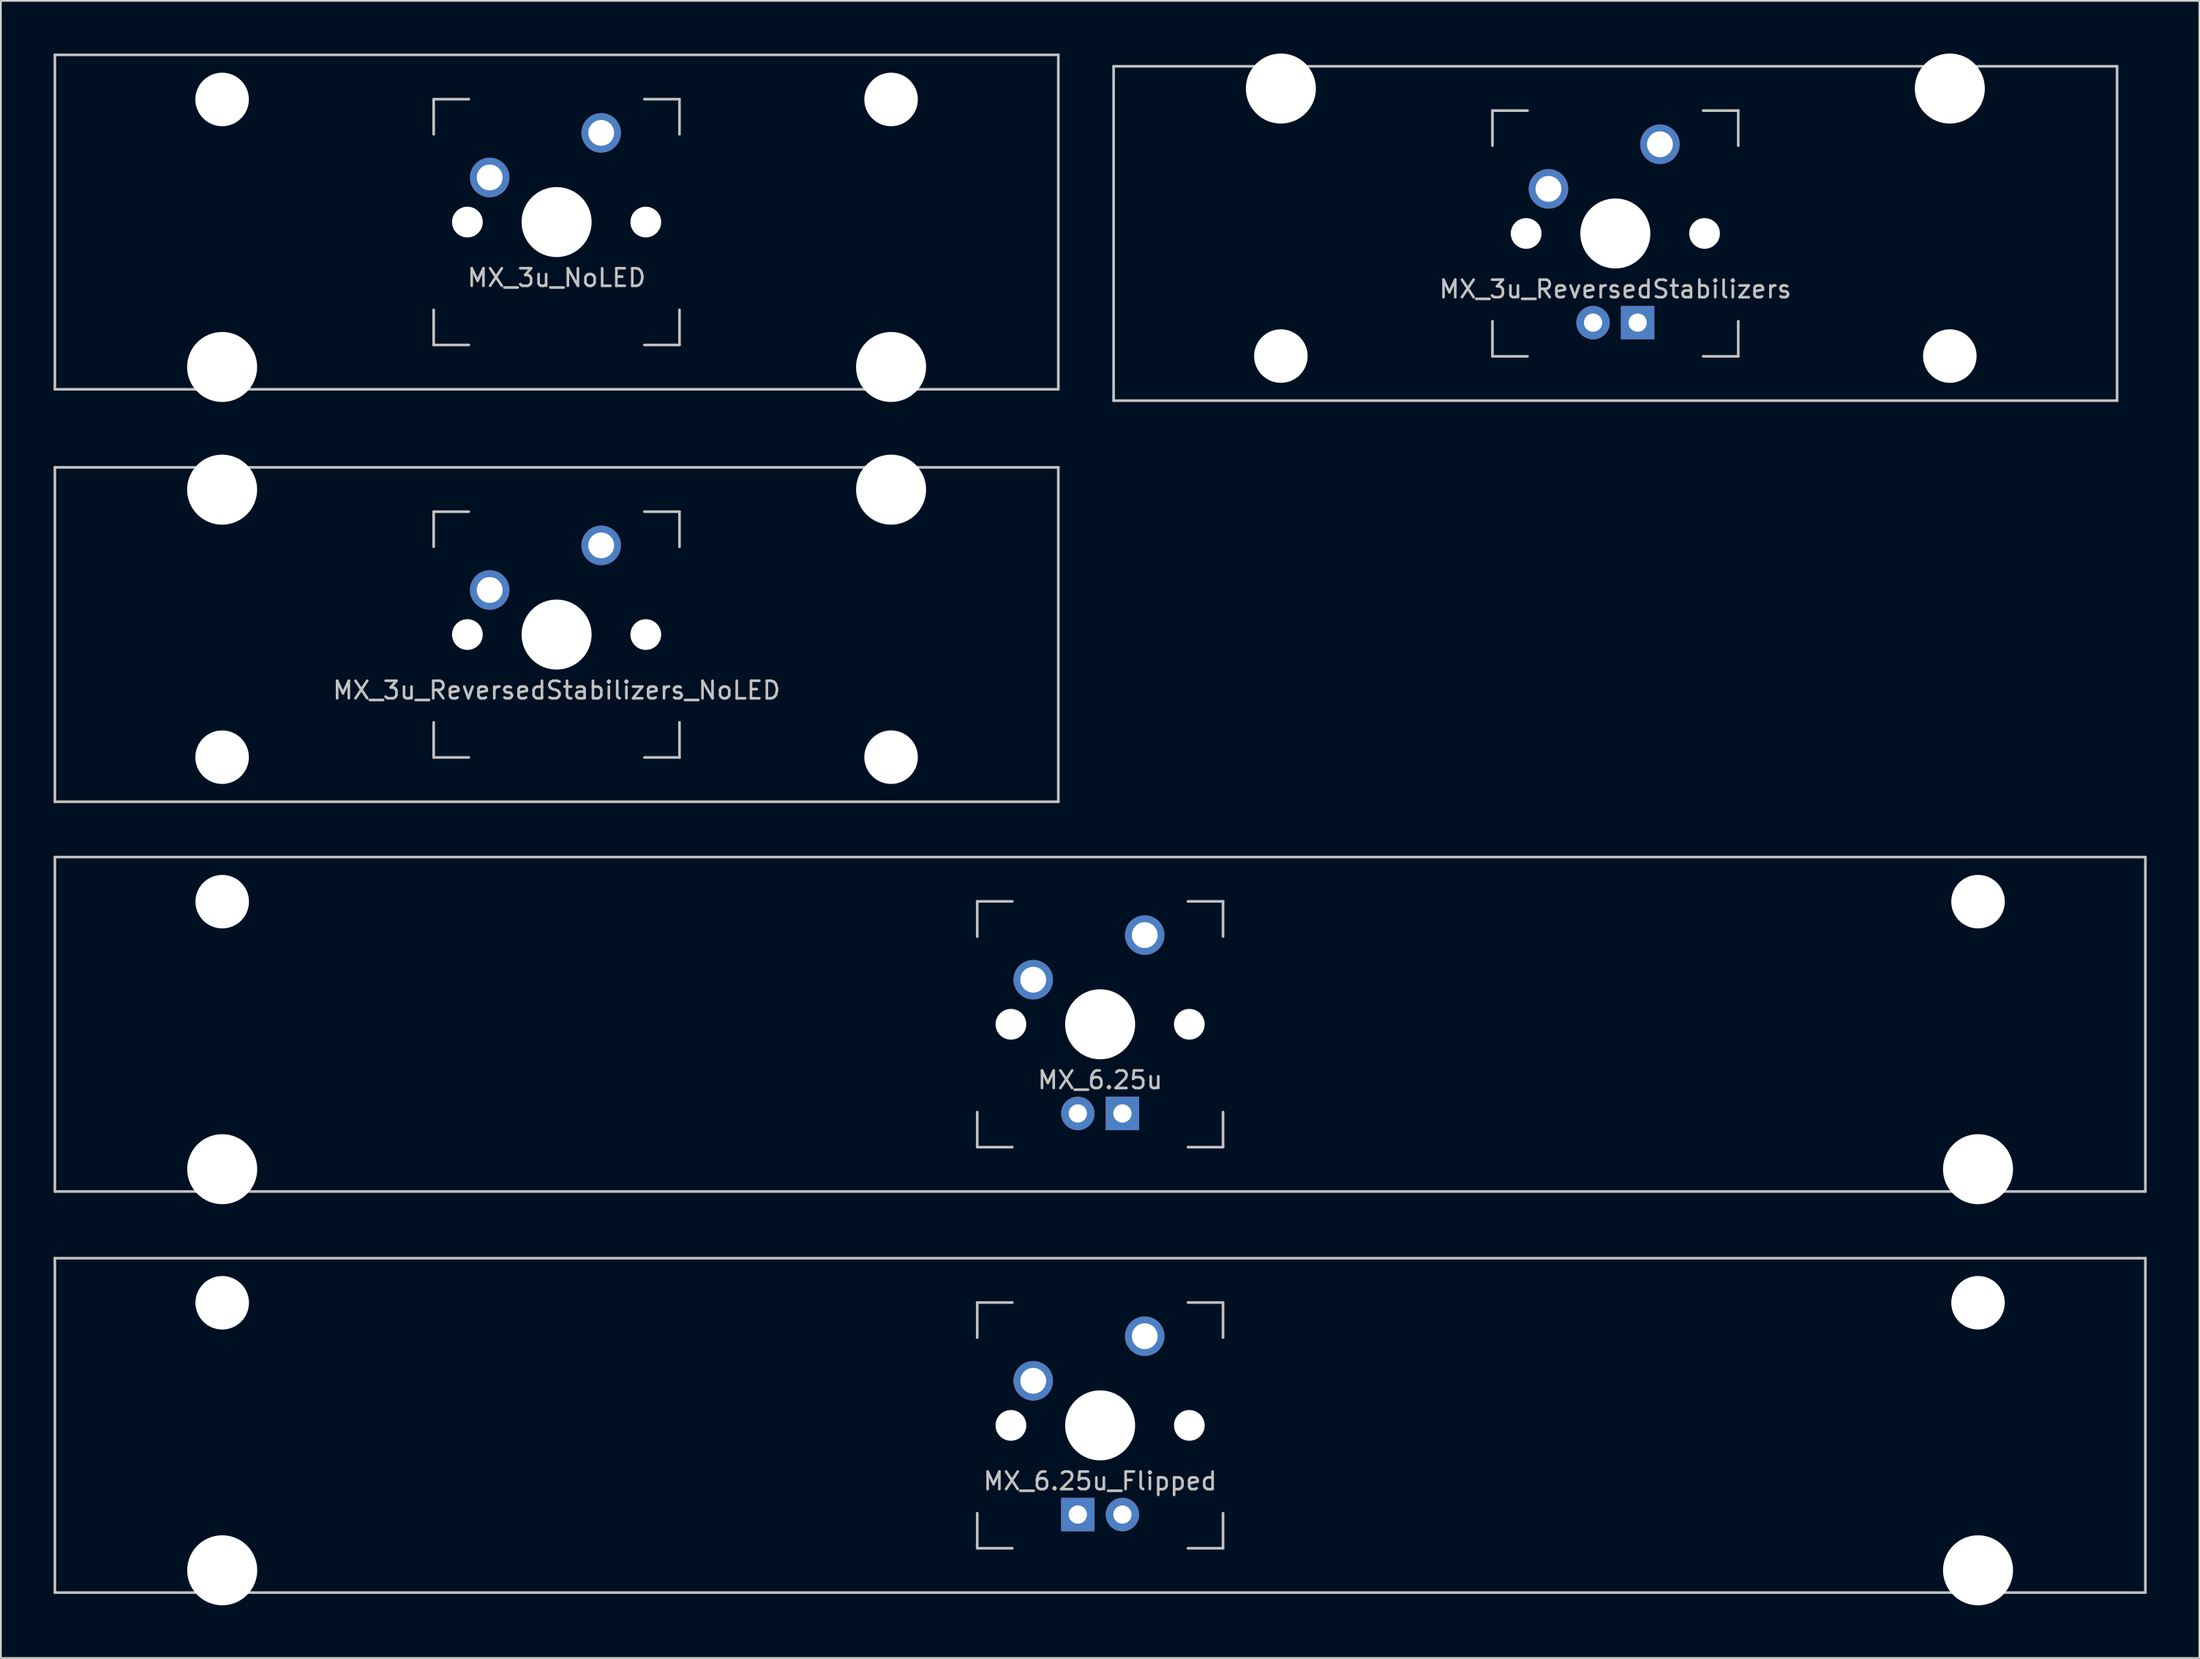
<source format=kicad_pcb>
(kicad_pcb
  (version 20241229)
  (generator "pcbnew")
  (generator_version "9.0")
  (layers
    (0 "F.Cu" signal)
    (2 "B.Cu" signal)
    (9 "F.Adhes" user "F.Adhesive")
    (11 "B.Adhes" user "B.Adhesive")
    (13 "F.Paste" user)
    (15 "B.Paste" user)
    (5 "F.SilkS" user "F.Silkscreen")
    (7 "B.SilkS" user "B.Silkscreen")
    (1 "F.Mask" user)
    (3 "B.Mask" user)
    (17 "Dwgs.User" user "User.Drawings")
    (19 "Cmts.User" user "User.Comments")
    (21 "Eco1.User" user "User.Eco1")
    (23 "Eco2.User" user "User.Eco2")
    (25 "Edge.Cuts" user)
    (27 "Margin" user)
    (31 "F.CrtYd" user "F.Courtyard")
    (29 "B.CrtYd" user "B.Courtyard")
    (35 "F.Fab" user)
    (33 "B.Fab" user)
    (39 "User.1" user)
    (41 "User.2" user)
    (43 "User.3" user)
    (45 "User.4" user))
  (footprint "MX_6.25u_Flipped"
    (layer "F.Cu")
    (at 59.606 78.147)
    (property "Reference" "MX_6.25u_Flipped" (at 0 3.175 0) (layer "Dwgs.User") (effects (font (size 1 1) (thickness 0.15))))
    (attr through_hole)
    (fp_line (start -59.531 -9.525) (end 59.531 -9.525) (stroke (width 0.15) (type solid)) (layer "Dwgs.User"))
    (fp_line (start -59.531 9.525) (end -59.531 -9.525) (stroke (width 0.15) (type solid)) (layer "Dwgs.User"))
    (fp_line (start -59.531 9.525) (end 59.531 9.525) (stroke (width 0.15) (type solid)) (layer "Dwgs.User"))
    (fp_line (start -7 -7) (end -7 -5) (stroke (width 0.15) (type solid)) (layer "Dwgs.User"))
    (fp_line (start -7 5) (end -7 7) (stroke (width 0.15) (type solid)) (layer "Dwgs.User"))
    (fp_line (start -7 7) (end -5 7) (stroke (width 0.15) (type solid)) (layer "Dwgs.User"))
    (fp_line (start -5 -7) (end -7 -7) (stroke (width 0.15) (type solid)) (layer "Dwgs.User"))
    (fp_line (start 5 -7) (end 7 -7) (stroke (width 0.15) (type solid)) (layer "Dwgs.User"))
    (fp_line (start 5 7) (end 7 7) (stroke (width 0.15) (type solid)) (layer "Dwgs.User"))
    (fp_line (start 7 -7) (end 7 -5) (stroke (width 0.15) (type solid)) (layer "Dwgs.User"))
    (fp_line (start 7 7) (end 7 5) (stroke (width 0.15) (type solid)) (layer "Dwgs.User"))
    (fp_line (start 59.531 -9.525) (end 59.531 9.525) (stroke (width 0.15) (type solid)) (layer "Dwgs.User"))
    (pad "" np_thru_hole circle (at -50 -6.985) (size 3.048 3.048) (drill 3.048) (layers "*.Cu" "*.Mask"))
    (pad "" np_thru_hole circle (at -50 8.255) (size 3.988 3.988) (drill 3.988) (layers "*.Cu" "*.Mask"))
    (pad "" np_thru_hole circle (at -5.08 0 48.1) (size 1.75 1.75) (drill 1.75) (layers "*.Cu" "*.Mask"))
    (pad "" np_thru_hole circle (at 0 0) (size 3.988 3.988) (drill 3.988) (layers "*.Cu" "*.Mask"))
    (pad "" np_thru_hole circle (at 5.08 0 48.1) (size 1.75 1.75) (drill 1.75) (layers "*.Cu" "*.Mask"))
    (pad "" np_thru_hole circle (at 50 -6.985) (size 3.048 3.048) (drill 3.048) (layers "*.Cu" "*.Mask"))
    (pad "" np_thru_hole circle (at 50 8.255) (size 3.988 3.988) (drill 3.988) (layers "*.Cu" "*.Mask"))
    (pad "1" thru_hole circle (at -3.81 -2.54) (size 2.25 2.25) (drill 1.47) (layers "*.Cu" "B.Mask"))
    (pad "2" thru_hole circle (at 2.54 -5.08) (size 2.25 2.25) (drill 1.47) (layers "*.Cu" "B.Mask"))
    (pad "3" thru_hole circle (at 1.27 5.08) (size 1.905 1.905) (drill 1.04) (layers "*.Cu" "B.Mask"))
    (pad "4" thru_hole rect (at -1.27 5.08) (size 1.905 1.905) (drill 1.04) (layers "*.Cu" "B.Mask")))
  (footprint "MX_3u_ReversedStabilizers"
    (layer "F.Cu")
    (at 88.95 10.249)
    (property "Reference" "MX_3u_ReversedStabilizers" (at 0 3.175 0) (layer "Dwgs.User") (effects (font (size 1 1) (thickness 0.15))))
    (attr through_hole)
    (fp_line (start -28.575 -9.525) (end 28.575 -9.525) (stroke (width 0.15) (type solid)) (layer "Dwgs.User"))
    (fp_line (start -28.575 9.525) (end -28.575 -9.525) (stroke (width 0.15) (type solid)) (layer "Dwgs.User"))
    (fp_line (start -28.575 9.525) (end 28.575 9.525) (stroke (width 0.15) (type solid)) (layer "Dwgs.User"))
    (fp_line (start -7 -7) (end -7 -5) (stroke (width 0.15) (type solid)) (layer "Dwgs.User"))
    (fp_line (start -7 5) (end -7 7) (stroke (width 0.15) (type solid)) (layer "Dwgs.User"))
    (fp_line (start -7 7) (end -5 7) (stroke (width 0.15) (type solid)) (layer "Dwgs.User"))
    (fp_line (start -5 -7) (end -7 -7) (stroke (width 0.15) (type solid)) (layer "Dwgs.User"))
    (fp_line (start 5 -7) (end 7 -7) (stroke (width 0.15) (type solid)) (layer "Dwgs.User"))
    (fp_line (start 5 7) (end 7 7) (stroke (width 0.15) (type solid)) (layer "Dwgs.User"))
    (fp_line (start 7 -7) (end 7 -5) (stroke (width 0.15) (type solid)) (layer "Dwgs.User"))
    (fp_line (start 7 7) (end 7 5) (stroke (width 0.15) (type solid)) (layer "Dwgs.User"))
    (fp_line (start 28.575 -9.525) (end 28.575 9.525) (stroke (width 0.15) (type solid)) (layer "Dwgs.User"))
    (pad "" np_thru_hole circle (at -19.05 -8.255) (size 3.988 3.988) (drill 3.988) (layers "*.Cu" "*.Mask"))
    (pad "" np_thru_hole circle (at -19.05 6.985) (size 3.048 3.048) (drill 3.048) (layers "*.Cu" "*.Mask"))
    (pad "" np_thru_hole circle (at -5.08 0 48.1) (size 1.75 1.75) (drill 1.75) (layers "*.Cu" "*.Mask"))
    (pad "" np_thru_hole circle (at 0 0) (size 3.988 3.988) (drill 3.988) (layers "*.Cu" "*.Mask"))
    (pad "" np_thru_hole circle (at 5.08 0 48.1) (size 1.75 1.75) (drill 1.75) (layers "*.Cu" "*.Mask"))
    (pad "" np_thru_hole circle (at 19.05 -8.255) (size 3.988 3.988) (drill 3.988) (layers "*.Cu" "*.Mask"))
    (pad "" np_thru_hole circle (at 19.05 6.985) (size 3.048 3.048) (drill 3.048) (layers "*.Cu" "*.Mask"))
    (pad "1" thru_hole circle (at -3.81 -2.54 48.1) (size 2.25 2.25) (drill 1.47) (layers "*.Cu" "B.Mask"))
    (pad "2" thru_hole circle (at 2.54 -5.08) (size 2.25 2.25) (drill 1.47) (layers "*.Cu" "B.Mask"))
    (pad "3" thru_hole circle (at -1.27 5.08) (size 1.905 1.905) (drill 1.04) (layers "*.Cu" "B.Mask"))
    (pad "4" thru_hole rect (at 1.27 5.08) (size 1.905 1.905) (drill 1.04) (layers "*.Cu" "B.Mask")))
  (footprint "MX_3u_NoLED"
    (layer "F.Cu")
    (at 28.65 9.6)
    (property "Reference" "MX_3u_NoLED" (at 0 3.175 0) (layer "Dwgs.User") (effects (font (size 1 1) (thickness 0.15))))
    (attr through_hole)
    (fp_line (start -28.575 -9.525) (end 28.575 -9.525) (stroke (width 0.15) (type solid)) (layer "Dwgs.User"))
    (fp_line (start -28.575 9.525) (end -28.575 -9.525) (stroke (width 0.15) (type solid)) (layer "Dwgs.User"))
    (fp_line (start -28.575 9.525) (end 28.575 9.525) (stroke (width 0.15) (type solid)) (layer "Dwgs.User"))
    (fp_line (start -7 -7) (end -7 -5) (stroke (width 0.15) (type solid)) (layer "Dwgs.User"))
    (fp_line (start -7 5) (end -7 7) (stroke (width 0.15) (type solid)) (layer "Dwgs.User"))
    (fp_line (start -7 7) (end -5 7) (stroke (width 0.15) (type solid)) (layer "Dwgs.User"))
    (fp_line (start -5 -7) (end -7 -7) (stroke (width 0.15) (type solid)) (layer "Dwgs.User"))
    (fp_line (start 5 -7) (end 7 -7) (stroke (width 0.15) (type solid)) (layer "Dwgs.User"))
    (fp_line (start 5 7) (end 7 7) (stroke (width 0.15) (type solid)) (layer "Dwgs.User"))
    (fp_line (start 7 -7) (end 7 -5) (stroke (width 0.15) (type solid)) (layer "Dwgs.User"))
    (fp_line (start 7 7) (end 7 5) (stroke (width 0.15) (type solid)) (layer "Dwgs.User"))
    (fp_line (start 28.575 -9.525) (end 28.575 9.525) (stroke (width 0.15) (type solid)) (layer "Dwgs.User"))
    (pad "" np_thru_hole circle (at -19.05 -6.985) (size 3.048 3.048) (drill 3.048) (layers "*.Cu" "*.Mask"))
    (pad "" np_thru_hole circle (at -19.05 8.255) (size 3.988 3.988) (drill 3.988) (layers "*.Cu" "*.Mask"))
    (pad "" np_thru_hole circle (at -5.08 0 48.1) (size 1.75 1.75) (drill 1.75) (layers "*.Cu" "*.Mask"))
    (pad "" np_thru_hole circle (at 0 0) (size 3.988 3.988) (drill 3.988) (layers "*.Cu" "*.Mask"))
    (pad "" np_thru_hole circle (at 5.08 0 48.1) (size 1.75 1.75) (drill 1.75) (layers "*.Cu" "*.Mask"))
    (pad "" np_thru_hole circle (at 19.05 -6.985) (size 3.048 3.048) (drill 3.048) (layers "*.Cu" "*.Mask"))
    (pad "" np_thru_hole circle (at 19.05 8.255) (size 3.988 3.988) (drill 3.988) (layers "*.Cu" "*.Mask"))
    (pad "1" thru_hole circle (at -3.81 -2.54 48.1) (size 2.25 2.25) (drill 1.47) (layers "*.Cu" "B.Mask"))
    (pad "2" thru_hole circle (at 2.54 -5.08) (size 2.25 2.25) (drill 1.47) (layers "*.Cu" "B.Mask")))
  (footprint "MX_3u_ReversedStabilizers_NoLED"
    (layer "F.Cu")
    (at 28.65 33.098)
    (property "Reference" "MX_3u_ReversedStabilizers_NoLED" (at 0 3.175 0) (layer "Dwgs.User") (effects (font (size 1 1) (thickness 0.15))))
    (attr through_hole)
    (fp_line (start -28.575 -9.525) (end 28.575 -9.525) (stroke (width 0.15) (type solid)) (layer "Dwgs.User"))
    (fp_line (start -28.575 9.525) (end -28.575 -9.525) (stroke (width 0.15) (type solid)) (layer "Dwgs.User"))
    (fp_line (start -28.575 9.525) (end 28.575 9.525) (stroke (width 0.15) (type solid)) (layer "Dwgs.User"))
    (fp_line (start -7 -7) (end -7 -5) (stroke (width 0.15) (type solid)) (layer "Dwgs.User"))
    (fp_line (start -7 5) (end -7 7) (stroke (width 0.15) (type solid)) (layer "Dwgs.User"))
    (fp_line (start -7 7) (end -5 7) (stroke (width 0.15) (type solid)) (layer "Dwgs.User"))
    (fp_line (start -5 -7) (end -7 -7) (stroke (width 0.15) (type solid)) (layer "Dwgs.User"))
    (fp_line (start 5 -7) (end 7 -7) (stroke (width 0.15) (type solid)) (layer "Dwgs.User"))
    (fp_line (start 5 7) (end 7 7) (stroke (width 0.15) (type solid)) (layer "Dwgs.User"))
    (fp_line (start 7 -7) (end 7 -5) (stroke (width 0.15) (type solid)) (layer "Dwgs.User"))
    (fp_line (start 7 7) (end 7 5) (stroke (width 0.15) (type solid)) (layer "Dwgs.User"))
    (fp_line (start 28.575 -9.525) (end 28.575 9.525) (stroke (width 0.15) (type solid)) (layer "Dwgs.User"))
    (pad "" np_thru_hole circle (at -19.05 -8.255) (size 3.988 3.988) (drill 3.988) (layers "*.Cu" "*.Mask"))
    (pad "" np_thru_hole circle (at -19.05 6.985) (size 3.048 3.048) (drill 3.048) (layers "*.Cu" "*.Mask"))
    (pad "" np_thru_hole circle (at -5.08 0 48.1) (size 1.75 1.75) (drill 1.75) (layers "*.Cu" "*.Mask"))
    (pad "" np_thru_hole circle (at 0 0) (size 3.988 3.988) (drill 3.988) (layers "*.Cu" "*.Mask"))
    (pad "" np_thru_hole circle (at 5.08 0 48.1) (size 1.75 1.75) (drill 1.75) (layers "*.Cu" "*.Mask"))
    (pad "" np_thru_hole circle (at 19.05 -8.255) (size 3.988 3.988) (drill 3.988) (layers "*.Cu" "*.Mask"))
    (pad "" np_thru_hole circle (at 19.05 6.985) (size 3.048 3.048) (drill 3.048) (layers "*.Cu" "*.Mask"))
    (pad "1" thru_hole circle (at -3.81 -2.54 48.1) (size 2.25 2.25) (drill 1.47) (layers "*.Cu" "B.Mask"))
    (pad "2" thru_hole circle (at 2.54 -5.08) (size 2.25 2.25) (drill 1.47) (layers "*.Cu" "B.Mask")))
  (footprint "MX_6.25u"
    (layer "F.Cu")
    (at 59.606 55.298)
    (property "Reference" "MX_6.25u" (at 0 3.175 0) (layer "Dwgs.User") (effects (font (size 1 1) (thickness 0.15))))
    (attr through_hole)
    (fp_line (start -59.531 -9.525) (end 59.531 -9.525) (stroke (width 0.15) (type solid)) (layer "Dwgs.User"))
    (fp_line (start -59.531 9.525) (end -59.531 -9.525) (stroke (width 0.15) (type solid)) (layer "Dwgs.User"))
    (fp_line (start -59.531 9.525) (end 59.531 9.525) (stroke (width 0.15) (type solid)) (layer "Dwgs.User"))
    (fp_line (start -7 -7) (end -7 -5) (stroke (width 0.15) (type solid)) (layer "Dwgs.User"))
    (fp_line (start -7 5) (end -7 7) (stroke (width 0.15) (type solid)) (layer "Dwgs.User"))
    (fp_line (start -7 7) (end -5 7) (stroke (width 0.15) (type solid)) (layer "Dwgs.User"))
    (fp_line (start -5 -7) (end -7 -7) (stroke (width 0.15) (type solid)) (layer "Dwgs.User"))
    (fp_line (start 5 -7) (end 7 -7) (stroke (width 0.15) (type solid)) (layer "Dwgs.User"))
    (fp_line (start 5 7) (end 7 7) (stroke (width 0.15) (type solid)) (layer "Dwgs.User"))
    (fp_line (start 7 -7) (end 7 -5) (stroke (width 0.15) (type solid)) (layer "Dwgs.User"))
    (fp_line (start 7 7) (end 7 5) (stroke (width 0.15) (type solid)) (layer "Dwgs.User"))
    (fp_line (start 59.531 -9.525) (end 59.531 9.525) (stroke (width 0.15) (type solid)) (layer "Dwgs.User"))
    (pad "" np_thru_hole circle (at -50 -6.985) (size 3.048 3.048) (drill 3.048) (layers "*.Cu" "*.Mask"))
    (pad "" np_thru_hole circle (at -50 8.255) (size 3.988 3.988) (drill 3.988) (layers "*.Cu" "*.Mask"))
    (pad "" np_thru_hole circle (at -5.08 0 48.1) (size 1.75 1.75) (drill 1.75) (layers "*.Cu" "*.Mask"))
    (pad "" np_thru_hole circle (at 0 0) (size 3.988 3.988) (drill 3.988) (layers "*.Cu" "*.Mask"))
    (pad "" np_thru_hole circle (at 5.08 0 48.1) (size 1.75 1.75) (drill 1.75) (layers "*.Cu" "*.Mask"))
    (pad "" np_thru_hole circle (at 50 -6.985) (size 3.048 3.048) (drill 3.048) (layers "*.Cu" "*.Mask"))
    (pad "" np_thru_hole circle (at 50 8.255) (size 3.988 3.988) (drill 3.988) (layers "*.Cu" "*.Mask"))
    (pad "1" thru_hole circle (at -3.81 -2.54) (size 2.25 2.25) (drill 1.47) (layers "*.Cu" "B.Mask"))
    (pad "2" thru_hole circle (at 2.54 -5.08) (size 2.25 2.25) (drill 1.47) (layers "*.Cu" "B.Mask"))
    (pad "3" thru_hole circle (at -1.27 5.08) (size 1.905 1.905) (drill 1.04) (layers "*.Cu" "B.Mask"))
    (pad "4" thru_hole rect (at 1.27 5.08) (size 1.905 1.905) (drill 1.04) (layers "*.Cu" "B.Mask")))
  (gr_rect
    (start -3 -3)
    (end 122.213 91.396)
    (stroke (width 0.1) (type default))
    (fill no)
    (layer "Edge.Cuts")))
</source>
